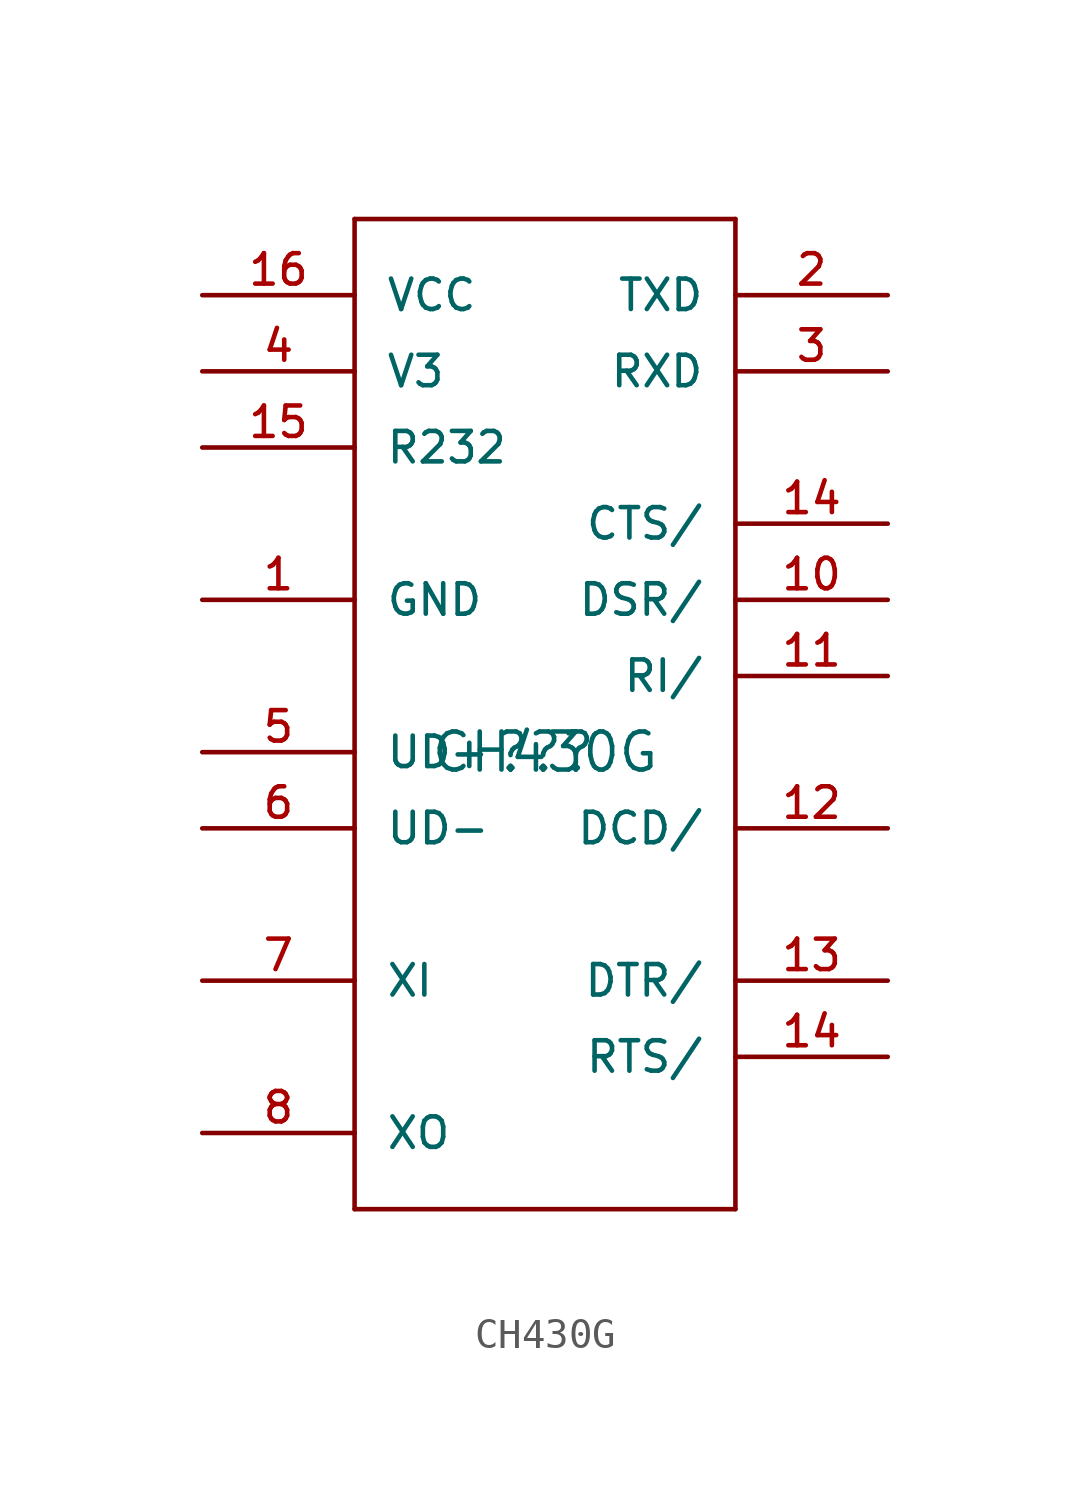
<source format=kicad_sym>
(kicad_symbol_lib
  (version 20211014)
  (generator kicad_symbol_editor)
  (symbol "CH430G"
    (pin_names
      (offset 1.016))
    (property "Reference" "??"
      (at 0 0 0)
      (effects (font (size 1.27 1.27))))
    (property "Value" "CH430G"
      (at 0 0 0)
      (effects (font (size 1.27 1.27))))
    (property "ki_locked" ""
      (at 0 0 0)
      (effects (font (size 1.27 1.27))))
    (symbol "CH430G_1_0"
      (polyline (pts (xy -6.35 -15.24) (xy 6.35 -15.24)) (stroke (width 0) (type default) (color 0 0 0 0)) (fill (type none)))
      (polyline (pts (xy -6.35 17.78) (xy -6.35 -15.24)) (stroke (width 0) (type default) (color 0 0 0 0)) (fill (type none)))
      (polyline (pts (xy 6.35 -15.24) (xy 6.35 17.78)) (stroke (width 0) (type default) (color 0 0 0 0)) (fill (type none)))
      (polyline (pts (xy 6.35 17.78) (xy -6.35 17.78)) (stroke (width 0) (type default) (color 0 0 0 0)) (fill (type none))))
    (symbol "CH430G_1_1"
      (pin bidirectional line (at -11.43 5.08 0) (length 5.08) (name "GND" (effects (font (size 1.016 1.016)))) (number "1" (effects (font (size 1.016 1.016)))))
      (pin bidirectional line (at 11.43 5.08 180) (length 5.08) (name "DSR/" (effects (font (size 1.016 1.016)))) (number "10" (effects (font (size 1.016 1.016)))))
      (pin bidirectional line (at 11.43 2.54 180) (length 5.08) (name "RI/" (effects (font (size 1.016 1.016)))) (number "11" (effects (font (size 1.016 1.016)))))
      (pin bidirectional line (at 11.43 -2.54 180) (length 5.08) (name "DCD/" (effects (font (size 1.016 1.016)))) (number "12" (effects (font (size 1.016 1.016)))))
      (pin bidirectional line (at 11.43 -7.62 180) (length 5.08) (name "DTR/" (effects (font (size 1.016 1.016)))) (number "13" (effects (font (size 1.016 1.016)))))
      (pin bidirectional line (at 11.43 7.62 180) (length 5.08) (name "CTS/" (effects (font (size 1.016 1.016)))) (number "14" (effects (font (size 1.016 1.016)))))
      (pin bidirectional line (at 11.43 -10.16 180) (length 5.08) (name "RTS/" (effects (font (size 1.016 1.016)))) (number "14" (effects (font (size 1.016 1.016)))))
      (pin bidirectional line (at -11.43 10.16 0) (length 5.08) (name "R232" (effects (font (size 1.016 1.016)))) (number "15" (effects (font (size 1.016 1.016)))))
      (pin bidirectional line (at -11.43 15.24 0) (length 5.08) (name "VCC" (effects (font (size 1.016 1.016)))) (number "16" (effects (font (size 1.016 1.016)))))
      (pin bidirectional line (at 11.43 15.24 180) (length 5.08) (name "TXD" (effects (font (size 1.016 1.016)))) (number "2" (effects (font (size 1.016 1.016)))))
      (pin bidirectional line (at 11.43 12.7 180) (length 5.08) (name "RXD" (effects (font (size 1.016 1.016)))) (number "3" (effects (font (size 1.016 1.016)))))
      (pin bidirectional line (at -11.43 12.7 0) (length 5.08) (name "V3" (effects (font (size 1.016 1.016)))) (number "4" (effects (font (size 1.016 1.016)))))
      (pin bidirectional line (at -11.43 0 0) (length 5.08) (name "UD+" (effects (font (size 1.016 1.016)))) (number "5" (effects (font (size 1.016 1.016)))))
      (pin bidirectional line (at -11.43 -2.54 0) (length 5.08) (name "UD-" (effects (font (size 1.016 1.016)))) (number "6" (effects (font (size 1.016 1.016)))))
      (pin bidirectional line (at -11.43 -7.62 0) (length 5.08) (name "XI" (effects (font (size 1.016 1.016)))) (number "7" (effects (font (size 1.016 1.016)))))
      (pin bidirectional line (at -11.43 -12.7 0) (length 5.08) (name "XO" (effects (font (size 1.016 1.016)))) (number "8" (effects (font (size 1.016 1.016))))))))
</source>
